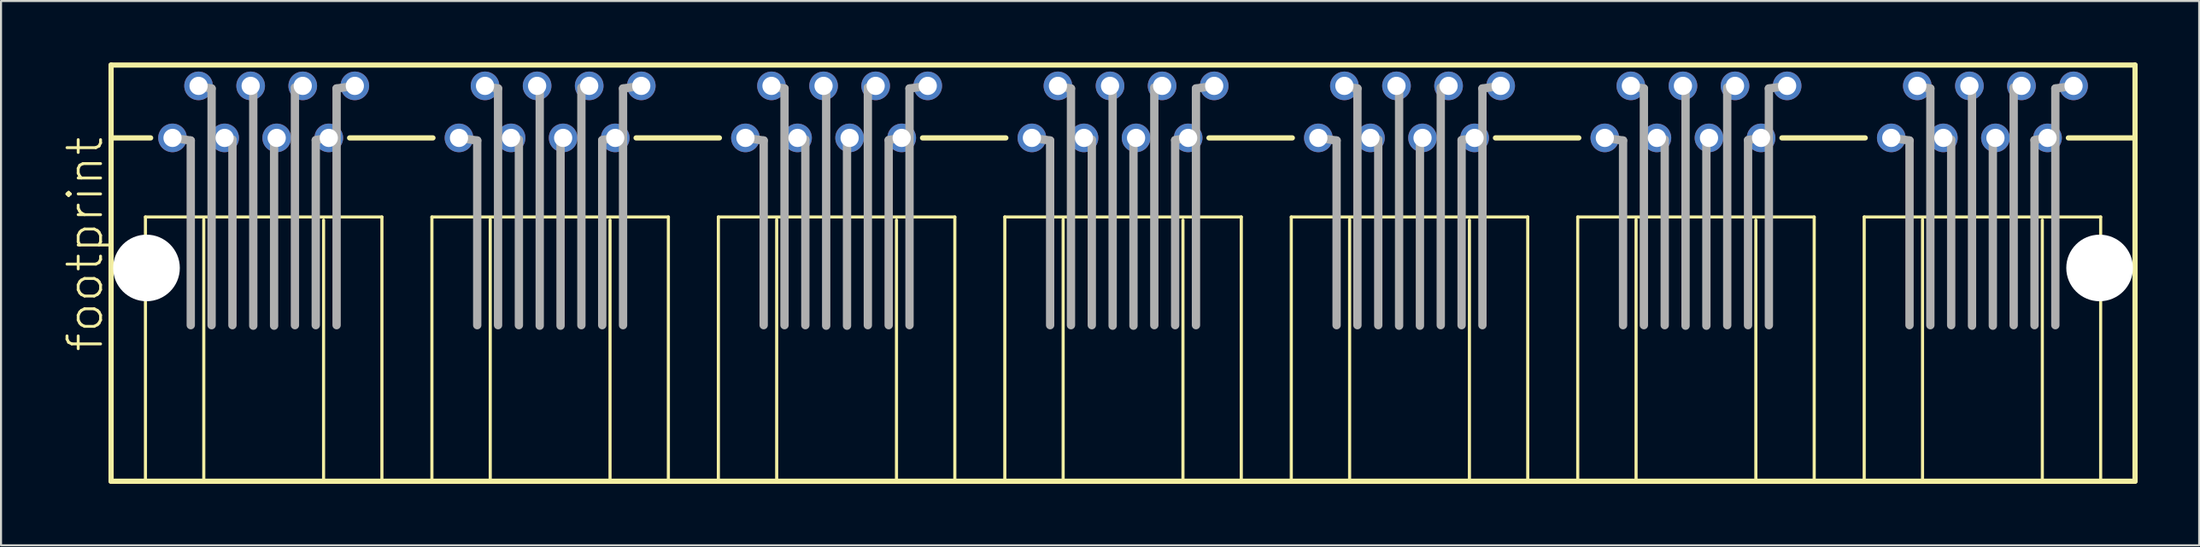
<source format=kicad_pcb>
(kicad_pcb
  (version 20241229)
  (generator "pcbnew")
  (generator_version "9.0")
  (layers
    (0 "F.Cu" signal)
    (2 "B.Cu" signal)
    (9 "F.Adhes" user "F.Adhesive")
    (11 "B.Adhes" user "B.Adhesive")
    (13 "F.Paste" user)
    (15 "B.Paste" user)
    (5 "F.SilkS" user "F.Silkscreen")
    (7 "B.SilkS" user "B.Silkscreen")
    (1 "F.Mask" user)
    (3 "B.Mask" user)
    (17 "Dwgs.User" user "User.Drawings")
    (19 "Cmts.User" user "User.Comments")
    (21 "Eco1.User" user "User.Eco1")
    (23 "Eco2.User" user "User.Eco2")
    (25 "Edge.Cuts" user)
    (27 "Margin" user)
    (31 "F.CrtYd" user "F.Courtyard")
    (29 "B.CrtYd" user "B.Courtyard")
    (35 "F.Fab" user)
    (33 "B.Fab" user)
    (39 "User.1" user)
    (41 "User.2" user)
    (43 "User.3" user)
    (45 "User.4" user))
  (footprint "footprint"
    (layer "F.Cu")
    (at 51.719 10.033)
    (property "Reference" "footprint" (at -49.657 4.191 90) (layer "F.SilkS") (effects (font (size 1.636 1.636) (thickness 0.142)) (justify left bottom)))
    (fp_line (start -49.352 -9.906) (end -49.352 -6.35) (stroke (width 0.254) (type solid)) (layer "F.SilkS"))
    (fp_line (start -49.352 -6.35) (end -49.352 10.414) (stroke (width 0.254) (type solid)) (layer "F.SilkS"))
    (fp_line (start -49.352 10.414) (end -44.831 10.414) (stroke (width 0.254) (type solid)) (layer "F.SilkS"))
    (fp_line (start -47.676 -2.489) (end -47.676 10.363) (stroke (width 0.152) (type solid)) (layer "F.SilkS"))
    (fp_line (start -47.422 -6.35) (end -49.352 -6.35) (stroke (width 0.254) (type solid)) (layer "F.SilkS"))
    (fp_line (start -44.831 10.414) (end -44.831 -2.362) (stroke (width 0.152) (type solid)) (layer "F.SilkS"))
    (fp_line (start -44.831 10.414) (end -38.989 10.414) (stroke (width 0.254) (type solid)) (layer "F.SilkS"))
    (fp_line (start -38.989 -2.337) (end -38.989 10.414) (stroke (width 0.152) (type solid)) (layer "F.SilkS"))
    (fp_line (start -38.989 10.414) (end -30.861 10.414) (stroke (width 0.254) (type solid)) (layer "F.SilkS"))
    (fp_line (start -37.719 -6.35) (end -33.655 -6.35) (stroke (width 0.254) (type solid)) (layer "F.SilkS"))
    (fp_line (start -36.144 -2.489) (end -47.676 -2.489) (stroke (width 0.152) (type solid)) (layer "F.SilkS"))
    (fp_line (start -36.144 10.363) (end -36.144 -2.489) (stroke (width 0.152) (type solid)) (layer "F.SilkS"))
    (fp_line (start -33.706 -2.489) (end -33.706 10.363) (stroke (width 0.152) (type solid)) (layer "F.SilkS"))
    (fp_line (start -30.861 10.414) (end -30.861 -2.362) (stroke (width 0.152) (type solid)) (layer "F.SilkS"))
    (fp_line (start -30.861 10.414) (end -25.019 10.414) (stroke (width 0.254) (type solid)) (layer "F.SilkS"))
    (fp_line (start -25.019 -2.337) (end -25.019 10.414) (stroke (width 0.152) (type solid)) (layer "F.SilkS"))
    (fp_line (start -25.019 10.414) (end -16.891 10.414) (stroke (width 0.254) (type solid)) (layer "F.SilkS"))
    (fp_line (start -23.749 -6.35) (end -19.685 -6.35) (stroke (width 0.254) (type solid)) (layer "F.SilkS"))
    (fp_line (start -22.174 -2.489) (end -33.706 -2.489) (stroke (width 0.152) (type solid)) (layer "F.SilkS"))
    (fp_line (start -22.174 10.363) (end -22.174 -2.489) (stroke (width 0.152) (type solid)) (layer "F.SilkS"))
    (fp_line (start -19.736 -2.489) (end -19.736 10.363) (stroke (width 0.152) (type solid)) (layer "F.SilkS"))
    (fp_line (start -16.891 10.414) (end -16.891 -2.362) (stroke (width 0.152) (type solid)) (layer "F.SilkS"))
    (fp_line (start -16.891 10.414) (end -11.049 10.414) (stroke (width 0.254) (type solid)) (layer "F.SilkS"))
    (fp_line (start -11.049 -2.337) (end -11.049 10.414) (stroke (width 0.152) (type solid)) (layer "F.SilkS"))
    (fp_line (start -11.049 10.414) (end -2.921 10.414) (stroke (width 0.254) (type solid)) (layer "F.SilkS"))
    (fp_line (start -9.779 -6.35) (end -5.715 -6.35) (stroke (width 0.254) (type solid)) (layer "F.SilkS"))
    (fp_line (start -8.204 -2.489) (end -19.736 -2.489) (stroke (width 0.152) (type solid)) (layer "F.SilkS"))
    (fp_line (start -8.204 10.363) (end -8.204 -2.489) (stroke (width 0.152) (type solid)) (layer "F.SilkS"))
    (fp_line (start -5.766 -2.489) (end -5.766 10.363) (stroke (width 0.152) (type solid)) (layer "F.SilkS"))
    (fp_line (start -2.921 10.414) (end -2.921 -2.362) (stroke (width 0.152) (type solid)) (layer "F.SilkS"))
    (fp_line (start -2.921 10.414) (end 2.921 10.414) (stroke (width 0.254) (type solid)) (layer "F.SilkS"))
    (fp_line (start 2.921 -2.337) (end 2.921 10.414) (stroke (width 0.152) (type solid)) (layer "F.SilkS"))
    (fp_line (start 2.921 10.414) (end 11.049 10.414) (stroke (width 0.254) (type solid)) (layer "F.SilkS"))
    (fp_line (start 4.191 -6.35) (end 8.255 -6.35) (stroke (width 0.254) (type solid)) (layer "F.SilkS"))
    (fp_line (start 5.766 -2.489) (end -5.766 -2.489) (stroke (width 0.152) (type solid)) (layer "F.SilkS"))
    (fp_line (start 5.766 10.363) (end 5.766 -2.489) (stroke (width 0.152) (type solid)) (layer "F.SilkS"))
    (fp_line (start 8.204 -2.489) (end 8.204 10.363) (stroke (width 0.152) (type solid)) (layer "F.SilkS"))
    (fp_line (start 11.049 10.414) (end 11.049 -2.362) (stroke (width 0.152) (type solid)) (layer "F.SilkS"))
    (fp_line (start 11.049 10.414) (end 16.891 10.414) (stroke (width 0.254) (type solid)) (layer "F.SilkS"))
    (fp_line (start 16.891 -2.337) (end 16.891 10.414) (stroke (width 0.152) (type solid)) (layer "F.SilkS"))
    (fp_line (start 16.891 10.414) (end 25.019 10.414) (stroke (width 0.254) (type solid)) (layer "F.SilkS"))
    (fp_line (start 18.161 -6.35) (end 22.225 -6.35) (stroke (width 0.254) (type solid)) (layer "F.SilkS"))
    (fp_line (start 19.736 -2.489) (end 8.204 -2.489) (stroke (width 0.152) (type solid)) (layer "F.SilkS"))
    (fp_line (start 19.736 10.363) (end 19.736 -2.489) (stroke (width 0.152) (type solid)) (layer "F.SilkS"))
    (fp_line (start 22.174 -2.489) (end 22.174 10.363) (stroke (width 0.152) (type solid)) (layer "F.SilkS"))
    (fp_line (start 25.019 10.414) (end 25.019 -2.362) (stroke (width 0.152) (type solid)) (layer "F.SilkS"))
    (fp_line (start 25.019 10.414) (end 30.861 10.414) (stroke (width 0.254) (type solid)) (layer "F.SilkS"))
    (fp_line (start 30.861 -2.337) (end 30.861 10.414) (stroke (width 0.152) (type solid)) (layer "F.SilkS"))
    (fp_line (start 30.861 10.414) (end 38.989 10.414) (stroke (width 0.254) (type solid)) (layer "F.SilkS"))
    (fp_line (start 32.131 -6.35) (end 36.195 -6.35) (stroke (width 0.254) (type solid)) (layer "F.SilkS"))
    (fp_line (start 33.706 -2.489) (end 22.174 -2.489) (stroke (width 0.152) (type solid)) (layer "F.SilkS"))
    (fp_line (start 33.706 10.363) (end 33.706 -2.489) (stroke (width 0.152) (type solid)) (layer "F.SilkS"))
    (fp_line (start 36.144 -2.489) (end 36.144 10.363) (stroke (width 0.152) (type solid)) (layer "F.SilkS"))
    (fp_line (start 38.989 10.414) (end 38.989 -2.362) (stroke (width 0.152) (type solid)) (layer "F.SilkS"))
    (fp_line (start 38.989 10.414) (end 44.831 10.414) (stroke (width 0.254) (type solid)) (layer "F.SilkS"))
    (fp_line (start 44.831 -2.337) (end 44.831 10.414) (stroke (width 0.152) (type solid)) (layer "F.SilkS"))
    (fp_line (start 44.831 10.414) (end 49.352 10.414) (stroke (width 0.254) (type solid)) (layer "F.SilkS"))
    (fp_line (start 46.101 -6.35) (end 49.352 -6.35) (stroke (width 0.254) (type solid)) (layer "F.SilkS"))
    (fp_line (start 47.676 -2.489) (end 36.144 -2.489) (stroke (width 0.152) (type solid)) (layer "F.SilkS"))
    (fp_line (start 47.676 10.363) (end 47.676 -2.489) (stroke (width 0.152) (type solid)) (layer "F.SilkS"))
    (fp_line (start 49.352 -9.906) (end -49.352 -9.906) (stroke (width 0.254) (type solid)) (layer "F.SilkS"))
    (fp_line (start 49.352 -6.35) (end 49.352 -9.906) (stroke (width 0.254) (type solid)) (layer "F.SilkS"))
    (fp_line (start 49.352 10.414) (end 49.352 -6.35) (stroke (width 0.254) (type solid)) (layer "F.SilkS"))
    (fp_line (start -46.355 -6.35) (end -45.466 -6.223) (stroke (width 0.406) (type solid)) (layer "F.Fab"))
    (fp_line (start -45.466 -6.223) (end -45.466 2.794) (stroke (width 0.406) (type solid)) (layer "F.Fab"))
    (fp_line (start -45.085 -8.865) (end -44.45 -8.763) (stroke (width 0.406) (type solid)) (layer "F.Fab"))
    (fp_line (start -44.45 -8.763) (end -44.45 2.794) (stroke (width 0.406) (type solid)) (layer "F.Fab"))
    (fp_line (start -43.815 -6.35) (end -43.434 -6.274) (stroke (width 0.406) (type solid)) (layer "F.Fab"))
    (fp_line (start -43.434 -6.223) (end -43.434 2.794) (stroke (width 0.406) (type solid)) (layer "F.Fab"))
    (fp_line (start -42.545 -8.89) (end -42.418 -8.865) (stroke (width 0.406) (type solid)) (layer "F.Fab"))
    (fp_line (start -42.418 -8.763) (end -42.418 2.819) (stroke (width 0.406) (type solid)) (layer "F.Fab"))
    (fp_line (start -41.402 -6.223) (end -41.402 2.819) (stroke (width 0.406) (type solid)) (layer "F.Fab"))
    (fp_line (start -41.275 -6.35) (end -41.402 -6.299) (stroke (width 0.406) (type solid)) (layer "F.Fab"))
    (fp_line (start -40.386 -8.763) (end -40.386 2.794) (stroke (width 0.406) (type solid)) (layer "F.Fab"))
    (fp_line (start -40.005 -8.89) (end -40.386 -8.814) (stroke (width 0.406) (type solid)) (layer "F.Fab"))
    (fp_line (start -39.37 -6.223) (end -39.37 2.794) (stroke (width 0.406) (type solid)) (layer "F.Fab"))
    (fp_line (start -38.735 -6.35) (end -39.37 -6.248) (stroke (width 0.406) (type solid)) (layer "F.Fab"))
    (fp_line (start -38.354 -8.763) (end -38.354 2.794) (stroke (width 0.406) (type solid)) (layer "F.Fab"))
    (fp_line (start -37.465 -8.89) (end -38.354 -8.763) (stroke (width 0.406) (type solid)) (layer "F.Fab"))
    (fp_line (start -32.385 -6.35) (end -31.496 -6.223) (stroke (width 0.406) (type solid)) (layer "F.Fab"))
    (fp_line (start -31.496 -6.223) (end -31.496 2.794) (stroke (width 0.406) (type solid)) (layer "F.Fab"))
    (fp_line (start -31.115 -8.865) (end -30.48 -8.763) (stroke (width 0.406) (type solid)) (layer "F.Fab"))
    (fp_line (start -30.48 -8.763) (end -30.48 2.794) (stroke (width 0.406) (type solid)) (layer "F.Fab"))
    (fp_line (start -29.845 -6.35) (end -29.464 -6.274) (stroke (width 0.406) (type solid)) (layer "F.Fab"))
    (fp_line (start -29.464 -6.223) (end -29.464 2.794) (stroke (width 0.406) (type solid)) (layer "F.Fab"))
    (fp_line (start -28.575 -8.89) (end -28.448 -8.865) (stroke (width 0.406) (type solid)) (layer "F.Fab"))
    (fp_line (start -28.448 -8.763) (end -28.448 2.819) (stroke (width 0.406) (type solid)) (layer "F.Fab"))
    (fp_line (start -27.432 -6.223) (end -27.432 2.819) (stroke (width 0.406) (type solid)) (layer "F.Fab"))
    (fp_line (start -27.305 -6.35) (end -27.432 -6.299) (stroke (width 0.406) (type solid)) (layer "F.Fab"))
    (fp_line (start -26.416 -8.763) (end -26.416 2.794) (stroke (width 0.406) (type solid)) (layer "F.Fab"))
    (fp_line (start -26.035 -8.89) (end -26.416 -8.814) (stroke (width 0.406) (type solid)) (layer "F.Fab"))
    (fp_line (start -25.4 -6.223) (end -25.4 2.794) (stroke (width 0.406) (type solid)) (layer "F.Fab"))
    (fp_line (start -24.765 -6.35) (end -25.4 -6.248) (stroke (width 0.406) (type solid)) (layer "F.Fab"))
    (fp_line (start -24.384 -8.763) (end -24.384 2.794) (stroke (width 0.406) (type solid)) (layer "F.Fab"))
    (fp_line (start -23.495 -8.89) (end -24.384 -8.763) (stroke (width 0.406) (type solid)) (layer "F.Fab"))
    (fp_line (start -18.415 -6.35) (end -17.526 -6.223) (stroke (width 0.406) (type solid)) (layer "F.Fab"))
    (fp_line (start -17.526 -6.223) (end -17.526 2.794) (stroke (width 0.406) (type solid)) (layer "F.Fab"))
    (fp_line (start -17.145 -8.865) (end -16.51 -8.763) (stroke (width 0.406) (type solid)) (layer "F.Fab"))
    (fp_line (start -16.51 -8.763) (end -16.51 2.794) (stroke (width 0.406) (type solid)) (layer "F.Fab"))
    (fp_line (start -15.875 -6.35) (end -15.494 -6.274) (stroke (width 0.406) (type solid)) (layer "F.Fab"))
    (fp_line (start -15.494 -6.223) (end -15.494 2.794) (stroke (width 0.406) (type solid)) (layer "F.Fab"))
    (fp_line (start -14.605 -8.89) (end -14.478 -8.865) (stroke (width 0.406) (type solid)) (layer "F.Fab"))
    (fp_line (start -14.478 -8.763) (end -14.478 2.819) (stroke (width 0.406) (type solid)) (layer "F.Fab"))
    (fp_line (start -13.462 -6.223) (end -13.462 2.819) (stroke (width 0.406) (type solid)) (layer "F.Fab"))
    (fp_line (start -13.335 -6.35) (end -13.462 -6.299) (stroke (width 0.406) (type solid)) (layer "F.Fab"))
    (fp_line (start -12.446 -8.763) (end -12.446 2.794) (stroke (width 0.406) (type solid)) (layer "F.Fab"))
    (fp_line (start -12.065 -8.89) (end -12.446 -8.814) (stroke (width 0.406) (type solid)) (layer "F.Fab"))
    (fp_line (start -11.43 -6.223) (end -11.43 2.794) (stroke (width 0.406) (type solid)) (layer "F.Fab"))
    (fp_line (start -10.795 -6.35) (end -11.43 -6.248) (stroke (width 0.406) (type solid)) (layer "F.Fab"))
    (fp_line (start -10.414 -8.763) (end -10.414 2.794) (stroke (width 0.406) (type solid)) (layer "F.Fab"))
    (fp_line (start -9.525 -8.89) (end -10.414 -8.763) (stroke (width 0.406) (type solid)) (layer "F.Fab"))
    (fp_line (start -4.445 -6.35) (end -3.556 -6.223) (stroke (width 0.406) (type solid)) (layer "F.Fab"))
    (fp_line (start -3.556 -6.223) (end -3.556 2.794) (stroke (width 0.406) (type solid)) (layer "F.Fab"))
    (fp_line (start -3.175 -8.865) (end -2.54 -8.763) (stroke (width 0.406) (type solid)) (layer "F.Fab"))
    (fp_line (start -2.54 -8.763) (end -2.54 2.794) (stroke (width 0.406) (type solid)) (layer "F.Fab"))
    (fp_line (start -1.905 -6.35) (end -1.524 -6.274) (stroke (width 0.406) (type solid)) (layer "F.Fab"))
    (fp_line (start -1.524 -6.223) (end -1.524 2.794) (stroke (width 0.406) (type solid)) (layer "F.Fab"))
    (fp_line (start -0.635 -8.89) (end -0.508 -8.865) (stroke (width 0.406) (type solid)) (layer "F.Fab"))
    (fp_line (start -0.508 -8.763) (end -0.508 2.819) (stroke (width 0.406) (type solid)) (layer "F.Fab"))
    (fp_line (start 0.508 -6.223) (end 0.508 2.819) (stroke (width 0.406) (type solid)) (layer "F.Fab"))
    (fp_line (start 0.635 -6.35) (end 0.508 -6.299) (stroke (width 0.406) (type solid)) (layer "F.Fab"))
    (fp_line (start 1.524 -8.763) (end 1.524 2.794) (stroke (width 0.406) (type solid)) (layer "F.Fab"))
    (fp_line (start 1.905 -8.89) (end 1.524 -8.814) (stroke (width 0.406) (type solid)) (layer "F.Fab"))
    (fp_line (start 2.54 -6.223) (end 2.54 2.794) (stroke (width 0.406) (type solid)) (layer "F.Fab"))
    (fp_line (start 3.175 -6.35) (end 2.54 -6.248) (stroke (width 0.406) (type solid)) (layer "F.Fab"))
    (fp_line (start 3.556 -8.763) (end 3.556 2.794) (stroke (width 0.406) (type solid)) (layer "F.Fab"))
    (fp_line (start 4.445 -8.89) (end 3.556 -8.763) (stroke (width 0.406) (type solid)) (layer "F.Fab"))
    (fp_line (start 9.525 -6.35) (end 10.414 -6.223) (stroke (width 0.406) (type solid)) (layer "F.Fab"))
    (fp_line (start 10.414 -6.223) (end 10.414 2.794) (stroke (width 0.406) (type solid)) (layer "F.Fab"))
    (fp_line (start 10.795 -8.865) (end 11.43 -8.763) (stroke (width 0.406) (type solid)) (layer "F.Fab"))
    (fp_line (start 11.43 -8.763) (end 11.43 2.794) (stroke (width 0.406) (type solid)) (layer "F.Fab"))
    (fp_line (start 12.065 -6.35) (end 12.446 -6.274) (stroke (width 0.406) (type solid)) (layer "F.Fab"))
    (fp_line (start 12.446 -6.223) (end 12.446 2.794) (stroke (width 0.406) (type solid)) (layer "F.Fab"))
    (fp_line (start 13.335 -8.89) (end 13.462 -8.865) (stroke (width 0.406) (type solid)) (layer "F.Fab"))
    (fp_line (start 13.462 -8.763) (end 13.462 2.819) (stroke (width 0.406) (type solid)) (layer "F.Fab"))
    (fp_line (start 14.478 -6.223) (end 14.478 2.819) (stroke (width 0.406) (type solid)) (layer "F.Fab"))
    (fp_line (start 14.605 -6.35) (end 14.478 -6.299) (stroke (width 0.406) (type solid)) (layer "F.Fab"))
    (fp_line (start 15.494 -8.763) (end 15.494 2.794) (stroke (width 0.406) (type solid)) (layer "F.Fab"))
    (fp_line (start 15.875 -8.89) (end 15.494 -8.814) (stroke (width 0.406) (type solid)) (layer "F.Fab"))
    (fp_line (start 16.51 -6.223) (end 16.51 2.794) (stroke (width 0.406) (type solid)) (layer "F.Fab"))
    (fp_line (start 17.145 -6.35) (end 16.51 -6.248) (stroke (width 0.406) (type solid)) (layer "F.Fab"))
    (fp_line (start 17.526 -8.763) (end 17.526 2.794) (stroke (width 0.406) (type solid)) (layer "F.Fab"))
    (fp_line (start 18.415 -8.89) (end 17.526 -8.763) (stroke (width 0.406) (type solid)) (layer "F.Fab"))
    (fp_line (start 23.495 -6.35) (end 24.384 -6.223) (stroke (width 0.406) (type solid)) (layer "F.Fab"))
    (fp_line (start 24.384 -6.223) (end 24.384 2.794) (stroke (width 0.406) (type solid)) (layer "F.Fab"))
    (fp_line (start 24.765 -8.865) (end 25.4 -8.763) (stroke (width 0.406) (type solid)) (layer "F.Fab"))
    (fp_line (start 25.4 -8.763) (end 25.4 2.794) (stroke (width 0.406) (type solid)) (layer "F.Fab"))
    (fp_line (start 26.035 -6.35) (end 26.416 -6.274) (stroke (width 0.406) (type solid)) (layer "F.Fab"))
    (fp_line (start 26.416 -6.223) (end 26.416 2.794) (stroke (width 0.406) (type solid)) (layer "F.Fab"))
    (fp_line (start 27.305 -8.89) (end 27.432 -8.865) (stroke (width 0.406) (type solid)) (layer "F.Fab"))
    (fp_line (start 27.432 -8.763) (end 27.432 2.819) (stroke (width 0.406) (type solid)) (layer "F.Fab"))
    (fp_line (start 28.448 -6.223) (end 28.448 2.819) (stroke (width 0.406) (type solid)) (layer "F.Fab"))
    (fp_line (start 28.575 -6.35) (end 28.448 -6.299) (stroke (width 0.406) (type solid)) (layer "F.Fab"))
    (fp_line (start 29.464 -8.763) (end 29.464 2.794) (stroke (width 0.406) (type solid)) (layer "F.Fab"))
    (fp_line (start 29.845 -8.89) (end 29.464 -8.814) (stroke (width 0.406) (type solid)) (layer "F.Fab"))
    (fp_line (start 30.48 -6.223) (end 30.48 2.794) (stroke (width 0.406) (type solid)) (layer "F.Fab"))
    (fp_line (start 31.115 -6.35) (end 30.48 -6.248) (stroke (width 0.406) (type solid)) (layer "F.Fab"))
    (fp_line (start 31.496 -8.763) (end 31.496 2.794) (stroke (width 0.406) (type solid)) (layer "F.Fab"))
    (fp_line (start 32.385 -8.89) (end 31.496 -8.763) (stroke (width 0.406) (type solid)) (layer "F.Fab"))
    (fp_line (start 37.465 -6.35) (end 38.354 -6.223) (stroke (width 0.406) (type solid)) (layer "F.Fab"))
    (fp_line (start 38.354 -6.223) (end 38.354 2.794) (stroke (width 0.406) (type solid)) (layer "F.Fab"))
    (fp_line (start 38.735 -8.865) (end 39.37 -8.763) (stroke (width 0.406) (type solid)) (layer "F.Fab"))
    (fp_line (start 39.37 -8.763) (end 39.37 2.794) (stroke (width 0.406) (type solid)) (layer "F.Fab"))
    (fp_line (start 40.005 -6.35) (end 40.386 -6.274) (stroke (width 0.406) (type solid)) (layer "F.Fab"))
    (fp_line (start 40.386 -6.223) (end 40.386 2.794) (stroke (width 0.406) (type solid)) (layer "F.Fab"))
    (fp_line (start 41.275 -8.89) (end 41.402 -8.865) (stroke (width 0.406) (type solid)) (layer "F.Fab"))
    (fp_line (start 41.402 -8.763) (end 41.402 2.819) (stroke (width 0.406) (type solid)) (layer "F.Fab"))
    (fp_line (start 42.418 -6.223) (end 42.418 2.819) (stroke (width 0.406) (type solid)) (layer "F.Fab"))
    (fp_line (start 42.545 -6.35) (end 42.418 -6.299) (stroke (width 0.406) (type solid)) (layer "F.Fab"))
    (fp_line (start 43.434 -8.763) (end 43.434 2.794) (stroke (width 0.406) (type solid)) (layer "F.Fab"))
    (fp_line (start 43.815 -8.89) (end 43.434 -8.814) (stroke (width 0.406) (type solid)) (layer "F.Fab"))
    (fp_line (start 44.45 -6.223) (end 44.45 2.794) (stroke (width 0.406) (type solid)) (layer "F.Fab"))
    (fp_line (start 45.085 -6.35) (end 44.45 -6.248) (stroke (width 0.406) (type solid)) (layer "F.Fab"))
    (fp_line (start 45.466 -8.763) (end 45.466 2.794) (stroke (width 0.406) (type solid)) (layer "F.Fab"))
    (fp_line (start 46.355 -8.89) (end 45.466 -8.763) (stroke (width 0.406) (type solid)) (layer "F.Fab"))
    (pad "" np_thru_hole circle (at -47.625 0) (size 3.251 3.251) (drill 3.251) (layers "*.Cu" "*.Mask"))
    (pad "" np_thru_hole circle (at 47.625 0) (size 3.251 3.251) (drill 3.251) (layers "*.Cu" "*.Mask"))
    (pad "1-1" thru_hole circle (at -46.355 -6.35) (size 1.397 1.397) (drill 0.889) (layers "*.Cu" "*.Mask"))
    (pad "1-2" thru_hole circle (at -45.085 -8.89) (size 1.397 1.397) (drill 0.889) (layers "*.Cu" "*.Mask"))
    (pad "1-3" thru_hole circle (at -43.815 -6.35) (size 1.397 1.397) (drill 0.889) (layers "*.Cu" "*.Mask"))
    (pad "1-4" thru_hole circle (at -42.545 -8.89) (size 1.397 1.397) (drill 0.889) (layers "*.Cu" "*.Mask"))
    (pad "1-5" thru_hole circle (at -41.275 -6.35) (size 1.397 1.397) (drill 0.889) (layers "*.Cu" "*.Mask"))
    (pad "1-6" thru_hole circle (at -40.005 -8.89) (size 1.397 1.397) (drill 0.889) (layers "*.Cu" "*.Mask"))
    (pad "1-7" thru_hole circle (at -38.735 -6.35) (size 1.397 1.397) (drill 0.889) (layers "*.Cu" "*.Mask"))
    (pad "1-8" thru_hole circle (at -37.465 -8.89) (size 1.397 1.397) (drill 0.889) (layers "*.Cu" "*.Mask"))
    (pad "2-1" thru_hole circle (at -32.385 -6.35) (size 1.397 1.397) (drill 0.889) (layers "*.Cu" "*.Mask"))
    (pad "2-2" thru_hole circle (at -31.115 -8.89) (size 1.397 1.397) (drill 0.889) (layers "*.Cu" "*.Mask"))
    (pad "2-3" thru_hole circle (at -29.845 -6.35) (size 1.397 1.397) (drill 0.889) (layers "*.Cu" "*.Mask"))
    (pad "2-4" thru_hole circle (at -28.575 -8.89) (size 1.397 1.397) (drill 0.889) (layers "*.Cu" "*.Mask"))
    (pad "2-5" thru_hole circle (at -27.305 -6.35) (size 1.397 1.397) (drill 0.889) (layers "*.Cu" "*.Mask"))
    (pad "2-6" thru_hole circle (at -26.035 -8.89) (size 1.397 1.397) (drill 0.889) (layers "*.Cu" "*.Mask"))
    (pad "2-7" thru_hole circle (at -24.765 -6.35) (size 1.397 1.397) (drill 0.889) (layers "*.Cu" "*.Mask"))
    (pad "2-8" thru_hole circle (at -23.495 -8.89) (size 1.397 1.397) (drill 0.889) (layers "*.Cu" "*.Mask"))
    (pad "3-1" thru_hole circle (at -18.415 -6.35) (size 1.397 1.397) (drill 0.889) (layers "*.Cu" "*.Mask"))
    (pad "3-2" thru_hole circle (at -17.145 -8.89) (size 1.397 1.397) (drill 0.889) (layers "*.Cu" "*.Mask"))
    (pad "3-3" thru_hole circle (at -15.875 -6.35) (size 1.397 1.397) (drill 0.889) (layers "*.Cu" "*.Mask"))
    (pad "3-4" thru_hole circle (at -14.605 -8.89) (size 1.397 1.397) (drill 0.889) (layers "*.Cu" "*.Mask"))
    (pad "3-5" thru_hole circle (at -13.335 -6.35) (size 1.397 1.397) (drill 0.889) (layers "*.Cu" "*.Mask"))
    (pad "3-6" thru_hole circle (at -12.065 -8.89) (size 1.397 1.397) (drill 0.889) (layers "*.Cu" "*.Mask"))
    (pad "3-7" thru_hole circle (at -10.795 -6.35) (size 1.397 1.397) (drill 0.889) (layers "*.Cu" "*.Mask"))
    (pad "3-8" thru_hole circle (at -9.525 -8.89) (size 1.397 1.397) (drill 0.889) (layers "*.Cu" "*.Mask"))
    (pad "4-1" thru_hole circle (at -4.445 -6.35) (size 1.397 1.397) (drill 0.889) (layers "*.Cu" "*.Mask"))
    (pad "4-2" thru_hole circle (at -3.175 -8.89) (size 1.397 1.397) (drill 0.889) (layers "*.Cu" "*.Mask"))
    (pad "4-3" thru_hole circle (at -1.905 -6.35) (size 1.397 1.397) (drill 0.889) (layers "*.Cu" "*.Mask"))
    (pad "4-4" thru_hole circle (at -0.635 -8.89) (size 1.397 1.397) (drill 0.889) (layers "*.Cu" "*.Mask"))
    (pad "4-5" thru_hole circle (at 0.635 -6.35) (size 1.397 1.397) (drill 0.889) (layers "*.Cu" "*.Mask"))
    (pad "4-6" thru_hole circle (at 1.905 -8.89) (size 1.397 1.397) (drill 0.889) (layers "*.Cu" "*.Mask"))
    (pad "4-7" thru_hole circle (at 3.175 -6.35) (size 1.397 1.397) (drill 0.889) (layers "*.Cu" "*.Mask"))
    (pad "4-8" thru_hole circle (at 4.445 -8.89) (size 1.397 1.397) (drill 0.889) (layers "*.Cu" "*.Mask"))
    (pad "5-1" thru_hole circle (at 9.525 -6.35) (size 1.397 1.397) (drill 0.889) (layers "*.Cu" "*.Mask"))
    (pad "5-2" thru_hole circle (at 10.795 -8.89) (size 1.397 1.397) (drill 0.889) (layers "*.Cu" "*.Mask"))
    (pad "5-3" thru_hole circle (at 12.065 -6.35) (size 1.397 1.397) (drill 0.889) (layers "*.Cu" "*.Mask"))
    (pad "5-4" thru_hole circle (at 13.335 -8.89) (size 1.397 1.397) (drill 0.889) (layers "*.Cu" "*.Mask"))
    (pad "5-5" thru_hole circle (at 14.605 -6.35) (size 1.397 1.397) (drill 0.889) (layers "*.Cu" "*.Mask"))
    (pad "5-6" thru_hole circle (at 15.875 -8.89) (size 1.397 1.397) (drill 0.889) (layers "*.Cu" "*.Mask"))
    (pad "5-7" thru_hole circle (at 17.145 -6.35) (size 1.397 1.397) (drill 0.889) (layers "*.Cu" "*.Mask"))
    (pad "5-8" thru_hole circle (at 18.415 -8.89) (size 1.397 1.397) (drill 0.889) (layers "*.Cu" "*.Mask"))
    (pad "6-1" thru_hole circle (at 23.495 -6.35) (size 1.397 1.397) (drill 0.889) (layers "*.Cu" "*.Mask"))
    (pad "6-2" thru_hole circle (at 24.765 -8.89) (size 1.397 1.397) (drill 0.889) (layers "*.Cu" "*.Mask"))
    (pad "6-3" thru_hole circle (at 26.035 -6.35) (size 1.397 1.397) (drill 0.889) (layers "*.Cu" "*.Mask"))
    (pad "6-4" thru_hole circle (at 27.305 -8.89) (size 1.397 1.397) (drill 0.889) (layers "*.Cu" "*.Mask"))
    (pad "6-5" thru_hole circle (at 28.575 -6.35) (size 1.397 1.397) (drill 0.889) (layers "*.Cu" "*.Mask"))
    (pad "6-6" thru_hole circle (at 29.845 -8.89) (size 1.397 1.397) (drill 0.889) (layers "*.Cu" "*.Mask"))
    (pad "6-7" thru_hole circle (at 31.115 -6.35) (size 1.397 1.397) (drill 0.889) (layers "*.Cu" "*.Mask"))
    (pad "6-8" thru_hole circle (at 32.385 -8.89) (size 1.397 1.397) (drill 0.889) (layers "*.Cu" "*.Mask"))
    (pad "7-1" thru_hole circle (at 37.465 -6.35) (size 1.397 1.397) (drill 0.889) (layers "*.Cu" "*.Mask"))
    (pad "7-2" thru_hole circle (at 38.735 -8.89) (size 1.397 1.397) (drill 0.889) (layers "*.Cu" "*.Mask"))
    (pad "7-3" thru_hole circle (at 40.005 -6.35) (size 1.397 1.397) (drill 0.889) (layers "*.Cu" "*.Mask"))
    (pad "7-4" thru_hole circle (at 41.275 -8.89) (size 1.397 1.397) (drill 0.889) (layers "*.Cu" "*.Mask"))
    (pad "7-5" thru_hole circle (at 42.545 -6.35) (size 1.397 1.397) (drill 0.889) (layers "*.Cu" "*.Mask"))
    (pad "7-6" thru_hole circle (at 43.815 -8.89) (size 1.397 1.397) (drill 0.889) (layers "*.Cu" "*.Mask"))
    (pad "7-7" thru_hole circle (at 45.085 -6.35) (size 1.397 1.397) (drill 0.889) (layers "*.Cu" "*.Mask"))
    (pad "7-8" thru_hole circle (at 46.355 -8.89) (size 1.397 1.397) (drill 0.889) (layers "*.Cu" "*.Mask")))
  (gr_rect
    (start -3 -3)
    (end 104.199 23.574)
    (stroke (width 0.1) (type default))
    (fill no)
    (layer "Edge.Cuts")))
</source>
